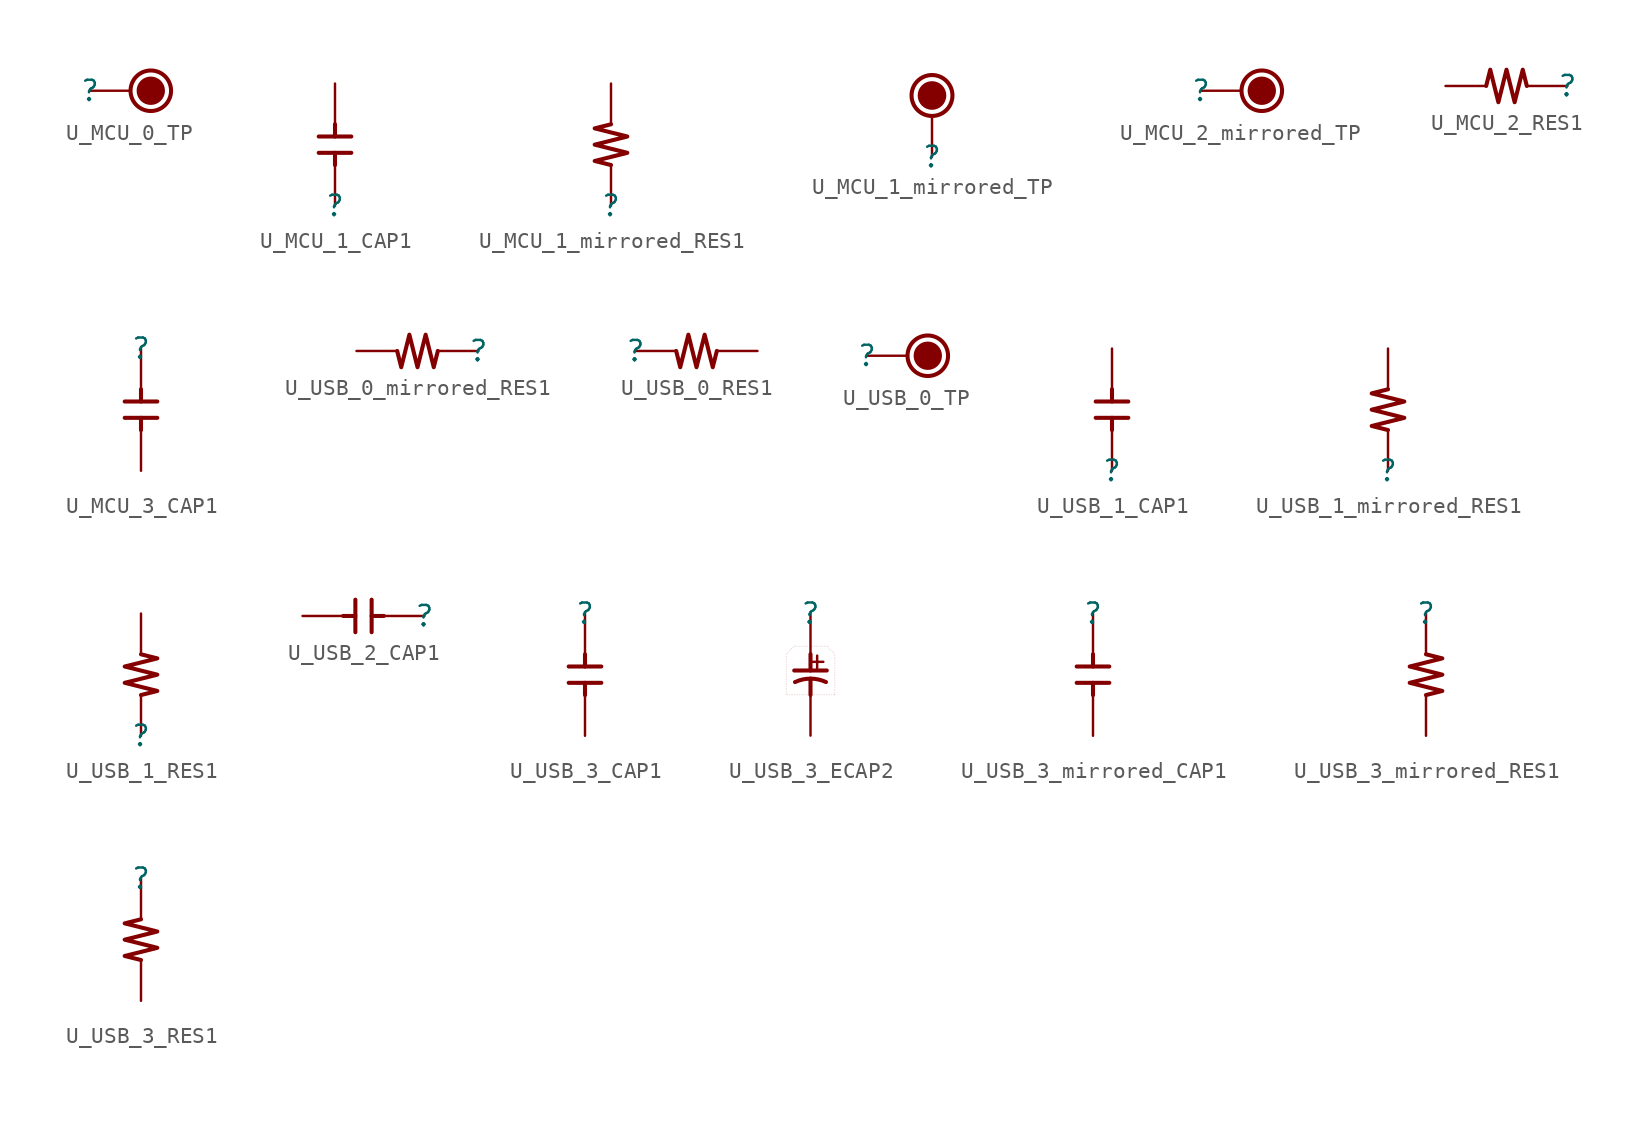
<source format=kicad_sym>
(kicad_symbol_lib
  (version 20231120)
  (generator "kicad_symbol_editor")
  (generator_version "8.0")
  (symbol "U_MCU_0_TP"
    (property "Reference" ""
      (at 0 0 0)
      (effects (font (size 1.27 1.27))))
    (property "Value" ""
      (at 0 0 0)
      (effects (font (size 1.27 1.27))))
    (symbol "U_MCU_0_TP_1_0"
      (circle (center 3.81 0) (radius 0.762) (stroke (width 0.254) (type solid)) (fill (type outline)))
      (circle (center 3.81 0) (radius 1.27) (stroke (width 0.254) (type solid)) (fill (type none)))
      (pin passive line (at 0 0 0) (length 2.54) (name "1" (effects (font (size 0 0)))) (number "1" (effects (font (size 0 0)))))))
  (symbol "U_MCU_1_CAP1"
    (property "Reference" ""
      (at 0 0 0)
      (effects (font (size 1.27 1.27))))
    (property "Value" ""
      (at 0 0 0)
      (effects (font (size 1.27 1.27))))
    (symbol "U_MCU_1_CAP1_1_0"
      (polyline (pts (xy -1.016 3.302) (xy 1.016 3.302)) (stroke (width 0.254) (type solid)) (fill (type none)))
      (polyline (pts (xy -1.016 4.318) (xy 1.016 4.318)) (stroke (width 0.254) (type solid)) (fill (type none)))
      (polyline (pts (xy 0 2.54) (xy 0 3.302)) (stroke (width 0.254) (type solid)) (fill (type none)))
      (polyline (pts (xy 0 5.08) (xy 0 4.318)) (stroke (width 0.254) (type solid)) (fill (type none)))
      (pin passive line (at 0 0 90) (length 2.54) (name "1" (effects (font (size 0 0)))) (number "1" (effects (font (size 0 0)))))
      (pin passive line (at 0 7.62 270) (length 2.54) (name "2" (effects (font (size 0 0)))) (number "2" (effects (font (size 0 0)))))))
  (symbol "U_MCU_1_mirrored_RES1"
    (property "Reference" ""
      (at 0 0 0)
      (effects (font (size 1.27 1.27))))
    (property "Value" ""
      (at 0 0 0)
      (effects (font (size 1.27 1.27))))
    (symbol "U_MCU_1_mirrored_RES1_1_0"
      (polyline (pts (xy 0 2.54) (xy -1.016 2.794) (xy 1.016 3.302) (xy -1.016 3.81) (xy 1.016 4.318) (xy -1.016 4.826) (xy 0 5.08)) (stroke (width 0.254) (type solid)) (fill (type none)))
      (pin passive line (at 0 0 90) (length 2.54) (name "1" (effects (font (size 0 0)))) (number "1" (effects (font (size 0 0)))))
      (pin passive line (at 0 7.62 270) (length 2.54) (name "2" (effects (font (size 0 0)))) (number "2" (effects (font (size 0 0)))))))
  (symbol "U_MCU_1_mirrored_TP"
    (property "Reference" ""
      (at 0 0 0)
      (effects (font (size 1.27 1.27))))
    (property "Value" ""
      (at 0 0 0)
      (effects (font (size 1.27 1.27))))
    (symbol "U_MCU_1_mirrored_TP_1_0"
      (circle (center 0 3.81) (radius 0.762) (stroke (width 0.254) (type solid)) (fill (type outline)))
      (circle (center 0 3.81) (radius 1.27) (stroke (width 0.254) (type solid)) (fill (type none)))
      (pin passive line (at 0 0 90) (length 2.54) (name "1" (effects (font (size 0 0)))) (number "1" (effects (font (size 0 0)))))))
  (symbol "U_MCU_2_mirrored_TP"
    (property "Reference" ""
      (at 0 0 0)
      (effects (font (size 1.27 1.27))))
    (property "Value" ""
      (at 0 0 0)
      (effects (font (size 1.27 1.27))))
    (symbol "U_MCU_2_mirrored_TP_1_0"
      (circle (center 3.81 0) (radius 0.762) (stroke (width 0.254) (type solid)) (fill (type outline)))
      (circle (center 3.81 0) (radius 1.27) (stroke (width 0.254) (type solid)) (fill (type none)))
      (pin passive line (at 0 0 0) (length 2.54) (name "1" (effects (font (size 0 0)))) (number "1" (effects (font (size 0 0)))))))
  (symbol "U_MCU_2_RES1"
    (property "Reference" ""
      (at 0 0 0)
      (effects (font (size 1.27 1.27))))
    (property "Value" ""
      (at 0 0 0)
      (effects (font (size 1.27 1.27))))
    (symbol "U_MCU_2_RES1_1_0"
      (polyline (pts (xy -2.54 0) (xy -2.794 1.016) (xy -3.302 -1.016) (xy -3.81 1.016) (xy -4.318 -1.016) (xy -4.826 1.016) (xy -5.08 0)) (stroke (width 0.254) (type solid)) (fill (type none)))
      (pin passive line (at 0 0 180) (length 2.54) (name "1" (effects (font (size 0 0)))) (number "1" (effects (font (size 0 0)))))
      (pin passive line (at -7.62 0 0) (length 2.54) (name "2" (effects (font (size 0 0)))) (number "2" (effects (font (size 0 0)))))))
  (symbol "U_MCU_3_CAP1"
    (property "Reference" ""
      (at 0 0 0)
      (effects (font (size 1.27 1.27))))
    (property "Value" ""
      (at 0 0 0)
      (effects (font (size 1.27 1.27))))
    (symbol "U_MCU_3_CAP1_1_0"
      (polyline (pts (xy 0 -5.08) (xy 0 -4.318)) (stroke (width 0.254) (type solid)) (fill (type none)))
      (polyline (pts (xy 0 -2.54) (xy 0 -3.302)) (stroke (width 0.254) (type solid)) (fill (type none)))
      (polyline (pts (xy 1.016 -4.318) (xy -1.016 -4.318)) (stroke (width 0.254) (type solid)) (fill (type none)))
      (polyline (pts (xy 1.016 -3.302) (xy -1.016 -3.302)) (stroke (width 0.254) (type solid)) (fill (type none)))
      (pin passive line (at 0 0 270) (length 2.54) (name "1" (effects (font (size 0 0)))) (number "1" (effects (font (size 0 0)))))
      (pin passive line (at 0 -7.62 90) (length 2.54) (name "2" (effects (font (size 0 0)))) (number "2" (effects (font (size 0 0)))))))
  (symbol "U_USB_0_mirrored_RES1"
    (property "Reference" ""
      (at 0 0 0)
      (effects (font (size 1.27 1.27))))
    (property "Value" ""
      (at 0 0 0)
      (effects (font (size 1.27 1.27))))
    (symbol "U_USB_0_mirrored_RES1_1_0"
      (polyline (pts (xy -2.54 0) (xy -2.794 -1.016) (xy -3.302 1.016) (xy -3.81 -1.016) (xy -4.318 1.016) (xy -4.826 -1.016) (xy -5.08 0)) (stroke (width 0.254) (type solid)) (fill (type none)))
      (pin passive line (at 0 0 180) (length 2.54) (name "1" (effects (font (size 0 0)))) (number "1" (effects (font (size 0 0)))))
      (pin passive line (at -7.62 0 0) (length 2.54) (name "2" (effects (font (size 0 0)))) (number "2" (effects (font (size 0 0)))))))
  (symbol "U_USB_0_RES1"
    (property "Reference" ""
      (at 0 0 0)
      (effects (font (size 1.27 1.27))))
    (property "Value" ""
      (at 0 0 0)
      (effects (font (size 1.27 1.27))))
    (symbol "U_USB_0_RES1_1_0"
      (polyline (pts (xy 2.54 0) (xy 2.794 -1.016) (xy 3.302 1.016) (xy 3.81 -1.016) (xy 4.318 1.016) (xy 4.826 -1.016) (xy 5.08 0)) (stroke (width 0.254) (type solid)) (fill (type none)))
      (pin passive line (at 0 0 0) (length 2.54) (name "1" (effects (font (size 0 0)))) (number "1" (effects (font (size 0 0)))))
      (pin passive line (at 7.62 0 180) (length 2.54) (name "2" (effects (font (size 0 0)))) (number "2" (effects (font (size 0 0)))))))
  (symbol "U_USB_0_TP"
    (property "Reference" ""
      (at 0 0 0)
      (effects (font (size 1.27 1.27))))
    (property "Value" ""
      (at 0 0 0)
      (effects (font (size 1.27 1.27))))
    (symbol "U_USB_0_TP_1_0"
      (circle (center 3.81 0) (radius 0.762) (stroke (width 0.254) (type solid)) (fill (type outline)))
      (circle (center 3.81 0) (radius 1.27) (stroke (width 0.254) (type solid)) (fill (type none)))
      (pin passive line (at 0 0 0) (length 2.54) (name "1" (effects (font (size 0 0)))) (number "1" (effects (font (size 0 0)))))))
  (symbol "U_USB_1_CAP1"
    (property "Reference" ""
      (at 0 0 0)
      (effects (font (size 1.27 1.27))))
    (property "Value" ""
      (at 0 0 0)
      (effects (font (size 1.27 1.27))))
    (symbol "U_USB_1_CAP1_1_0"
      (polyline (pts (xy -1.016 3.302) (xy 1.016 3.302)) (stroke (width 0.254) (type solid)) (fill (type none)))
      (polyline (pts (xy -1.016 4.318) (xy 1.016 4.318)) (stroke (width 0.254) (type solid)) (fill (type none)))
      (polyline (pts (xy 0 2.54) (xy 0 3.302)) (stroke (width 0.254) (type solid)) (fill (type none)))
      (polyline (pts (xy 0 5.08) (xy 0 4.318)) (stroke (width 0.254) (type solid)) (fill (type none)))
      (pin passive line (at 0 0 90) (length 2.54) (name "1" (effects (font (size 0 0)))) (number "1" (effects (font (size 0 0)))))
      (pin passive line (at 0 7.62 270) (length 2.54) (name "2" (effects (font (size 0 0)))) (number "2" (effects (font (size 0 0)))))))
  (symbol "U_USB_1_mirrored_RES1"
    (property "Reference" ""
      (at 0 0 0)
      (effects (font (size 1.27 1.27))))
    (property "Value" ""
      (at 0 0 0)
      (effects (font (size 1.27 1.27))))
    (symbol "U_USB_1_mirrored_RES1_1_0"
      (polyline (pts (xy 0 2.54) (xy -1.016 2.794) (xy 1.016 3.302) (xy -1.016 3.81) (xy 1.016 4.318) (xy -1.016 4.826) (xy 0 5.08)) (stroke (width 0.254) (type solid)) (fill (type none)))
      (pin passive line (at 0 0 90) (length 2.54) (name "1" (effects (font (size 0 0)))) (number "1" (effects (font (size 0 0)))))
      (pin passive line (at 0 7.62 270) (length 2.54) (name "2" (effects (font (size 0 0)))) (number "2" (effects (font (size 0 0)))))))
  (symbol "U_USB_1_RES1"
    (property "Reference" ""
      (at 0 0 0)
      (effects (font (size 1.27 1.27))))
    (property "Value" ""
      (at 0 0 0)
      (effects (font (size 1.27 1.27))))
    (symbol "U_USB_1_RES1_1_0"
      (polyline (pts (xy 0 2.54) (xy 1.016 2.794) (xy -1.016 3.302) (xy 1.016 3.81) (xy -1.016 4.318) (xy 1.016 4.826) (xy 0 5.08)) (stroke (width 0.254) (type solid)) (fill (type none)))
      (pin passive line (at 0 0 90) (length 2.54) (name "1" (effects (font (size 0 0)))) (number "1" (effects (font (size 0 0)))))
      (pin passive line (at 0 7.62 270) (length 2.54) (name "2" (effects (font (size 0 0)))) (number "2" (effects (font (size 0 0)))))))
  (symbol "U_USB_2_CAP1"
    (property "Reference" ""
      (at 0 0 0)
      (effects (font (size 1.27 1.27))))
    (property "Value" ""
      (at 0 0 0)
      (effects (font (size 1.27 1.27))))
    (symbol "U_USB_2_CAP1_1_0"
      (polyline (pts (xy -5.08 0) (xy -4.318 0)) (stroke (width 0.254) (type solid)) (fill (type none)))
      (polyline (pts (xy -4.318 -1.016) (xy -4.318 1.016)) (stroke (width 0.254) (type solid)) (fill (type none)))
      (polyline (pts (xy -3.302 -1.016) (xy -3.302 1.016)) (stroke (width 0.254) (type solid)) (fill (type none)))
      (polyline (pts (xy -2.54 0) (xy -3.302 0)) (stroke (width 0.254) (type solid)) (fill (type none)))
      (pin passive line (at 0 0 180) (length 2.54) (name "1" (effects (font (size 0 0)))) (number "1" (effects (font (size 0 0)))))
      (pin passive line (at -7.62 0 0) (length 2.54) (name "2" (effects (font (size 0 0)))) (number "2" (effects (font (size 0 0)))))))
  (symbol "U_USB_3_CAP1"
    (property "Reference" ""
      (at 0 0 0)
      (effects (font (size 1.27 1.27))))
    (property "Value" ""
      (at 0 0 0)
      (effects (font (size 1.27 1.27))))
    (symbol "U_USB_3_CAP1_1_0"
      (polyline (pts (xy 0 -5.08) (xy 0 -4.318)) (stroke (width 0.254) (type solid)) (fill (type none)))
      (polyline (pts (xy 0 -2.54) (xy 0 -3.302)) (stroke (width 0.254) (type solid)) (fill (type none)))
      (polyline (pts (xy 1.016 -4.318) (xy -1.016 -4.318)) (stroke (width 0.254) (type solid)) (fill (type none)))
      (polyline (pts (xy 1.016 -3.302) (xy -1.016 -3.302)) (stroke (width 0.254) (type solid)) (fill (type none)))
      (pin passive line (at 0 0 270) (length 2.54) (name "1" (effects (font (size 0 0)))) (number "1" (effects (font (size 0 0)))))
      (pin passive line (at 0 -7.62 90) (length 2.54) (name "2" (effects (font (size 0 0)))) (number "2" (effects (font (size 0 0)))))))
  (symbol "U_USB_3_ECAP2"
    (property "Reference" ""
      (at 0 0 0)
      (effects (font (size 1.27 1.27))))
    (property "Value" ""
      (at 0 0 0)
      (effects (font (size 1.27 1.27))))
    (symbol "U_USB_3_ECAP2_1_0"
      (polyline (pts (xy 0 -5.08) (xy 0 -4.064)) (stroke (width 0.254) (type solid)) (fill (type none)))
      (polyline (pts (xy 0 -3.556) (xy 0 -2.54)) (stroke (width 0.254) (type solid)) (fill (type none)))
      (polyline (pts (xy 1.016 -3.556) (xy -1.016 -3.556)) (stroke (width 0.254) (type solid)) (fill (type none)))
      (polyline (pts (xy 1.524 -5.08) (xy -1.524 -5.08) (xy -1.524 -2.54) (xy -1.016 -2.032) (xy 1.016 -2.032) (xy 1.524 -2.54) (xy 1.524 -5.08)) (stroke (width 0.025) (type dot)) (fill (type none)))
      (arc (start 0.9661 -4.2782) (mid 0 -4.064) (end -0.9661 -4.2782) (stroke (width 0.254) (type solid)) (fill (type none)))
      (text "+" (at -0.254 -2.286 900) (effects (font (size 1.016 1.016)) (justify right top)))
      (pin passive line (at 0 0 270) (length 2.54) (name "1" (effects (font (size 0 0)))) (number "1" (effects (font (size 0 0)))))
      (pin passive line (at 0 -7.62 90) (length 2.54) (name "2" (effects (font (size 0 0)))) (number "2" (effects (font (size 0 0)))))))
  (symbol "U_USB_3_mirrored_CAP1"
    (property "Reference" ""
      (at 0 0 0)
      (effects (font (size 1.27 1.27))))
    (property "Value" ""
      (at 0 0 0)
      (effects (font (size 1.27 1.27))))
    (symbol "U_USB_3_mirrored_CAP1_1_0"
      (polyline (pts (xy -1.016 -4.318) (xy 1.016 -4.318)) (stroke (width 0.254) (type solid)) (fill (type none)))
      (polyline (pts (xy -1.016 -3.302) (xy 1.016 -3.302)) (stroke (width 0.254) (type solid)) (fill (type none)))
      (polyline (pts (xy 0 -5.08) (xy 0 -4.318)) (stroke (width 0.254) (type solid)) (fill (type none)))
      (polyline (pts (xy 0 -2.54) (xy 0 -3.302)) (stroke (width 0.254) (type solid)) (fill (type none)))
      (pin passive line (at 0 0 270) (length 2.54) (name "1" (effects (font (size 0 0)))) (number "1" (effects (font (size 0 0)))))
      (pin passive line (at 0 -7.62 90) (length 2.54) (name "2" (effects (font (size 0 0)))) (number "2" (effects (font (size 0 0)))))))
  (symbol "U_USB_3_mirrored_RES1"
    (property "Reference" ""
      (at 0 0 0)
      (effects (font (size 1.27 1.27))))
    (property "Value" ""
      (at 0 0 0)
      (effects (font (size 1.27 1.27))))
    (symbol "U_USB_3_mirrored_RES1_1_0"
      (polyline (pts (xy 0 -2.54) (xy 1.016 -2.794) (xy -1.016 -3.302) (xy 1.016 -3.81) (xy -1.016 -4.318) (xy 1.016 -4.826) (xy 0 -5.08)) (stroke (width 0.254) (type solid)) (fill (type none)))
      (pin passive line (at 0 0 270) (length 2.54) (name "1" (effects (font (size 0 0)))) (number "1" (effects (font (size 0 0)))))
      (pin passive line (at 0 -7.62 90) (length 2.54) (name "2" (effects (font (size 0 0)))) (number "2" (effects (font (size 0 0)))))))
  (symbol "U_USB_3_RES1"
    (property "Reference" ""
      (at 0 0 0)
      (effects (font (size 1.27 1.27))))
    (property "Value" ""
      (at 0 0 0)
      (effects (font (size 1.27 1.27))))
    (symbol "U_USB_3_RES1_1_0"
      (polyline (pts (xy 0 -2.54) (xy -1.016 -2.794) (xy 1.016 -3.302) (xy -1.016 -3.81) (xy 1.016 -4.318) (xy -1.016 -4.826) (xy 0 -5.08)) (stroke (width 0.254) (type solid)) (fill (type none)))
      (pin passive line (at 0 0 270) (length 2.54) (name "1" (effects (font (size 0 0)))) (number "1" (effects (font (size 0 0)))))
      (pin passive line (at 0 -7.62 90) (length 2.54) (name "2" (effects (font (size 0 0)))) (number "2" (effects (font (size 0 0))))))))
</source>
